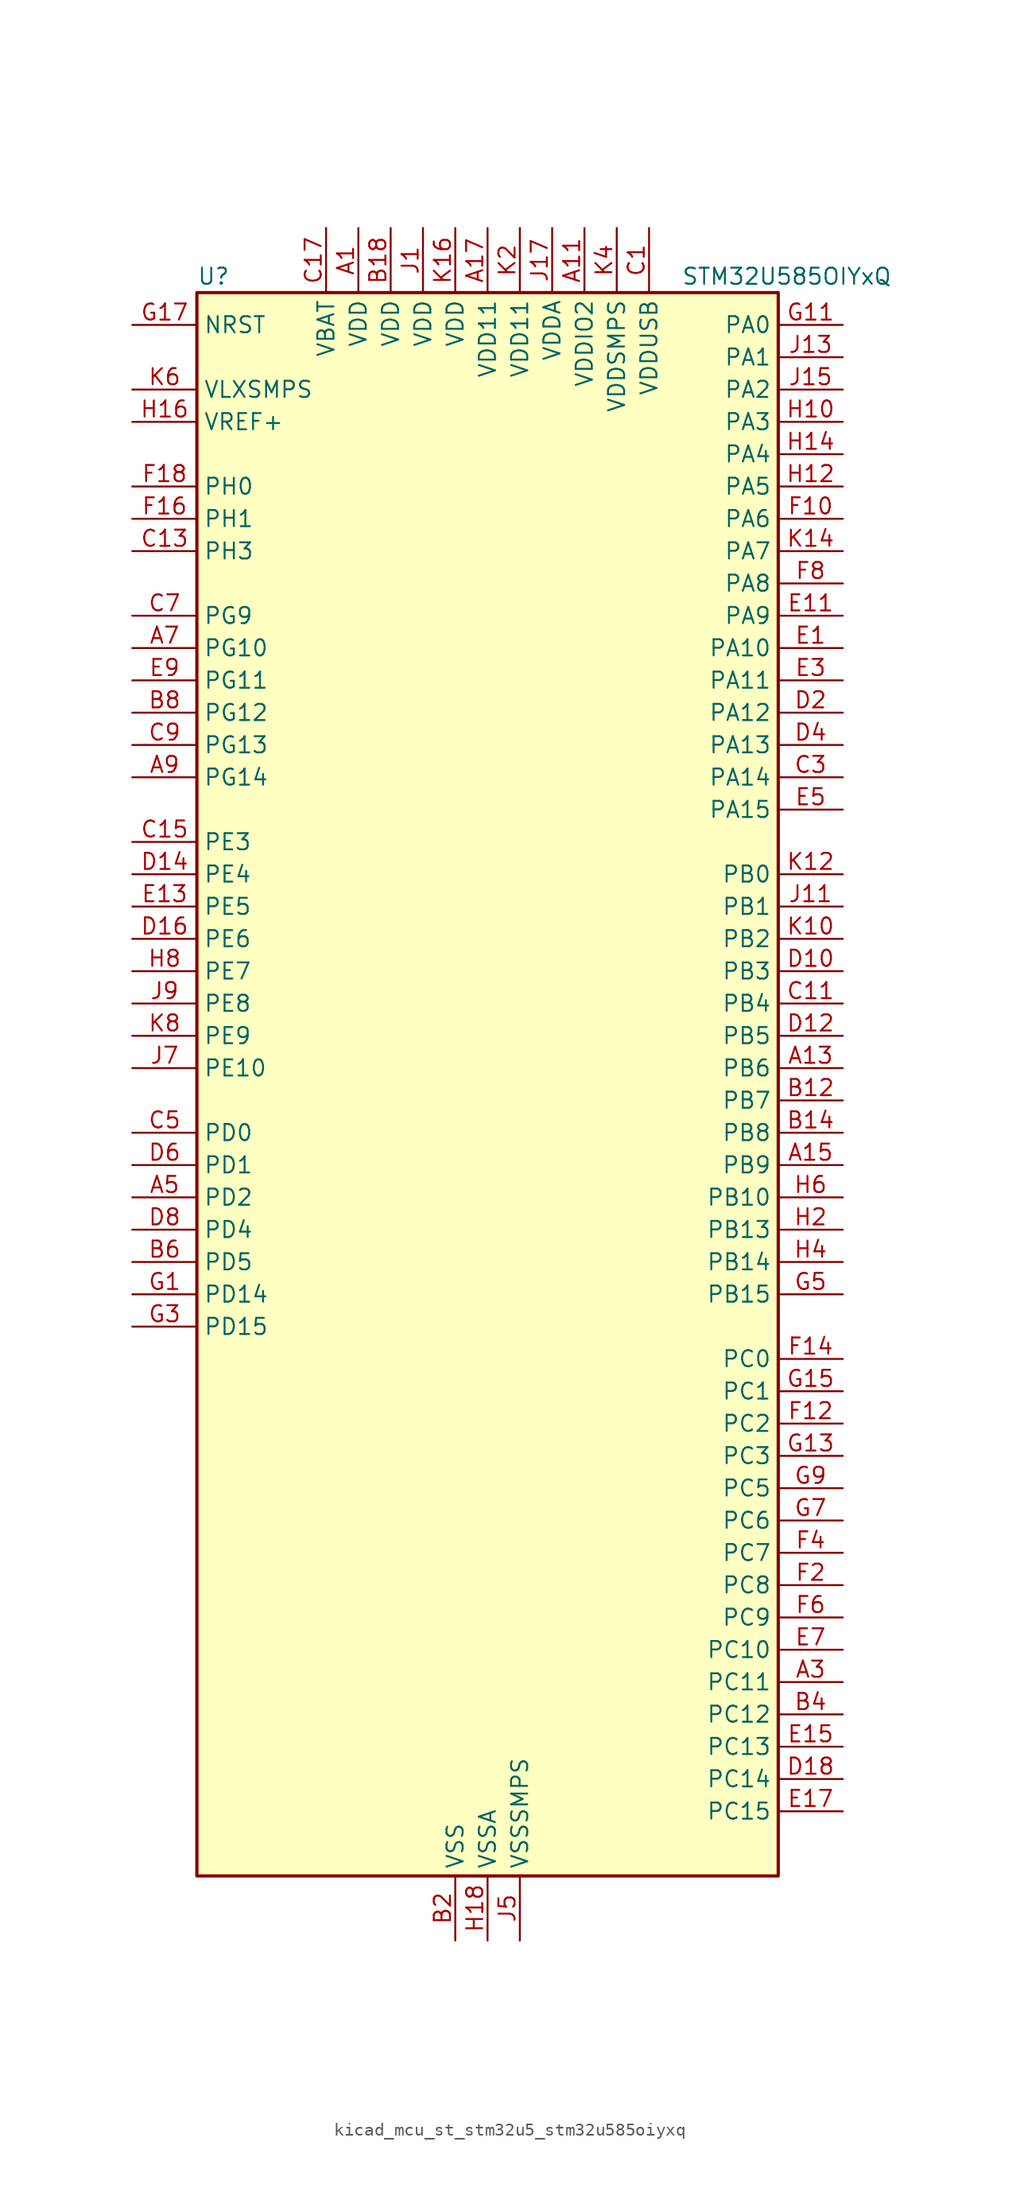
<source format=kicad_sym>
(kicad_symbol_lib
  (version 20220914)
  (generator kicad_symbol_editor)
  (symbol "kicad_mcu_st_stm32u5_stm32u585oiyxq"
    (property "Reference" "U"
      (at -22.86 64.77 0)
      (effects (font (size 1.27 1.27)) (justify left)))
    (property "Value" "STM32U585OIYxQ"
      (at 15.24 64.77 0)
      (effects (font (size 1.27 1.27)) (justify left)))
    (property "ki_locked" ""
      (at 0 0 0)
      (effects (font (size 1.27 1.27))))
    (symbol "kicad_mcu_st_stm32u5_stm32u585oiyxq_0_1"
      (rectangle (start -22.86 -60.96) (end 22.86 63.5) (stroke (width 0.254) (type default)) (fill (type background))))
    (symbol "kicad_mcu_st_stm32u5_stm32u585oiyxq_1_1"
      (pin power_in line (at -10.16 68.58 270) (length 5.08) (name "VDD" (effects (font (size 1.27 1.27)))) (number "A1" (effects (font (size 1.27 1.27)))))
      (pin power_in line (at 7.62 68.58 270) (length 5.08) (name "VDDIO2" (effects (font (size 1.27 1.27)))) (number "A11" (effects (font (size 1.27 1.27)))))
      (pin bidirectional line (at 27.94 2.54 180) (length 5.08) (name "PB6" (effects (font (size 1.27 1.27)))) (number "A13" (effects (font (size 1.27 1.27)))) (alternate "COMP2_INP" bidirectional line) (alternate "DCMI_D5" bidirectional line) (alternate "I2C1_SCL" bidirectional line) (alternate "I2C4_SCL" bidirectional line) (alternate "LPTIM1_ETR" bidirectional line) (alternate "MDF1_SDI5" bidirectional line) (alternate "PSSI_D5" bidirectional line) (alternate "PWR_WKUP3" bidirectional line) (alternate "SAI1_FS_B" bidirectional line) (alternate "TIM16_CH1N" bidirectional line) (alternate "TIM4_CH1" bidirectional line) (alternate "TIM8_BKIN2" bidirectional line) (alternate "TSC_G2_IO3" bidirectional line) (alternate "USART1_TX" bidirectional line))
      (pin bidirectional line (at 27.94 -5.08 180) (length 5.08) (name "PB9" (effects (font (size 1.27 1.27)))) (number "A15" (effects (font (size 1.27 1.27)))) (alternate "DAC1_EXTI9" bidirectional line) (alternate "DCMI_D7" bidirectional line) (alternate "FDCAN1_TX" bidirectional line) (alternate "I2C1_SDA" bidirectional line) (alternate "IR_OUT" bidirectional line) (alternate "PSSI_D7" bidirectional line) (alternate "SAI1_D2" bidirectional line) (alternate "SAI1_FS_A" bidirectional line) (alternate "SDMMC1_CDIR" bidirectional line) (alternate "SDMMC1_D5" bidirectional line) (alternate "SDMMC2_D5" bidirectional line) (alternate "SPI2_NSS" bidirectional line) (alternate "TIM17_CH1" bidirectional line) (alternate "TIM4_CH4" bidirectional line))
      (pin power_in line (at 0 68.58 270) (length 5.08) (name "VDD11" (effects (font (size 1.27 1.27)))) (number "A17" (effects (font (size 1.27 1.27)))))
      (pin bidirectional line (at 27.94 -45.72 180) (length 5.08) (name "PC11" (effects (font (size 1.27 1.27)))) (number "A3" (effects (font (size 1.27 1.27)))) (alternate "ADC1_EXTI11" bidirectional line) (alternate "ADF1_SDI0" bidirectional line) (alternate "DCMI_D2" bidirectional line) (alternate "DCMI_D4" bidirectional line) (alternate "LPTIM3_IN1" bidirectional line) (alternate "OCTOSPIM_P1_NCS" bidirectional line) (alternate "PSSI_D2" bidirectional line) (alternate "PSSI_D4" bidirectional line) (alternate "SDMMC1_D3" bidirectional line) (alternate "SPI3_MISO" bidirectional line) (alternate "TSC_G3_IO3" bidirectional line) (alternate "UART4_RX" bidirectional line) (alternate "UCPD1_FRSTX2" bidirectional line) (alternate "USART3_RX" bidirectional line))
      (pin bidirectional line (at -27.94 -7.62 0) (length 5.08) (name "PD2" (effects (font (size 1.27 1.27)))) (number "A5" (effects (font (size 1.27 1.27)))) (alternate "DCMI_D11" bidirectional line) (alternate "DEBUG_TRACED2" bidirectional line) (alternate "LPTIM4_ETR" bidirectional line) (alternate "PSSI_D11" bidirectional line) (alternate "SDMMC1_CMD" bidirectional line) (alternate "TIM3_ETR" bidirectional line) (alternate "TSC_SYNC" bidirectional line) (alternate "UART5_RX" bidirectional line) (alternate "USART3_DE" bidirectional line) (alternate "USART3_RTS" bidirectional line))
      (pin bidirectional line (at -27.94 35.56 0) (length 5.08) (name "PG10" (effects (font (size 1.27 1.27)))) (number "A7" (effects (font (size 1.27 1.27)))) (alternate "FMC_NE3" bidirectional line) (alternate "LPTIM1_IN1" bidirectional line) (alternate "OCTOSPIM_P2_IO7" bidirectional line) (alternate "SPI3_MISO" bidirectional line) (alternate "TIM15_CH1" bidirectional line) (alternate "USART1_RX" bidirectional line))
      (pin bidirectional line (at -27.94 25.4 0) (length 5.08) (name "PG14" (effects (font (size 1.27 1.27)))) (number "A9" (effects (font (size 1.27 1.27)))) (alternate "FMC_A25" bidirectional line) (alternate "I2C1_SCL" bidirectional line) (alternate "LPTIM1_CH2" bidirectional line))
      (pin passive line (at -2.54 -66.04 90) (length 5.08) hide (name "VSS" (effects (font (size 1.27 1.27)))) (number "B10" (effects (font (size 1.27 1.27)))))
      (pin bidirectional line (at 27.94 0 180) (length 5.08) (name "PB7" (effects (font (size 1.27 1.27)))) (number "B12" (effects (font (size 1.27 1.27)))) (alternate "COMP2_INM" bidirectional line) (alternate "DCMI_VSYNC" bidirectional line) (alternate "FMC_NL" bidirectional line) (alternate "I2C1_SDA" bidirectional line) (alternate "I2C4_SDA" bidirectional line) (alternate "LPTIM1_IN2" bidirectional line) (alternate "MDF1_CKI5" bidirectional line) (alternate "PSSI_RDY" bidirectional line) (alternate "PWR_PVD_IN" bidirectional line) (alternate "PWR_WKUP4" bidirectional line) (alternate "TIM17_CH1N" bidirectional line) (alternate "TIM4_CH2" bidirectional line) (alternate "TIM8_BKIN" bidirectional line) (alternate "TSC_G2_IO4" bidirectional line) (alternate "UART4_CTS" bidirectional line) (alternate "USART1_RX" bidirectional line))
      (pin bidirectional line (at 27.94 -2.54 180) (length 5.08) (name "PB8" (effects (font (size 1.27 1.27)))) (number "B14" (effects (font (size 1.27 1.27)))) (alternate "DCMI_D6" bidirectional line) (alternate "FDCAN1_RX" bidirectional line) (alternate "I2C1_SCL" bidirectional line) (alternate "MDF1_CCK0" bidirectional line) (alternate "PSSI_D6" bidirectional line) (alternate "PWR_WKUP5" bidirectional line) (alternate "SAI1_CK1" bidirectional line) (alternate "SAI1_MCLK_A" bidirectional line) (alternate "SDMMC1_CKIN" bidirectional line) (alternate "SDMMC1_D4" bidirectional line) (alternate "SDMMC2_D4" bidirectional line) (alternate "SPI3_RDY" bidirectional line) (alternate "TIM16_CH1" bidirectional line) (alternate "TIM4_CH3" bidirectional line))
      (pin passive line (at -2.54 -66.04 90) (length 5.08) hide (name "VSS" (effects (font (size 1.27 1.27)))) (number "B16" (effects (font (size 1.27 1.27)))))
      (pin power_in line (at -7.62 68.58 270) (length 5.08) (name "VDD" (effects (font (size 1.27 1.27)))) (number "B18" (effects (font (size 1.27 1.27)))))
      (pin power_in line (at -2.54 -66.04 90) (length 5.08) (name "VSS" (effects (font (size 1.27 1.27)))) (number "B2" (effects (font (size 1.27 1.27)))))
      (pin bidirectional line (at 27.94 -48.26 180) (length 5.08) (name "PC12" (effects (font (size 1.27 1.27)))) (number "B4" (effects (font (size 1.27 1.27)))) (alternate "DCMI_D9" bidirectional line) (alternate "DEBUG_TRACED3" bidirectional line) (alternate "PSSI_D9" bidirectional line) (alternate "SDMMC1_CK" bidirectional line) (alternate "SPI3_MOSI" bidirectional line) (alternate "TSC_G3_IO4" bidirectional line) (alternate "UART5_TX" bidirectional line) (alternate "USART3_CK" bidirectional line))
      (pin bidirectional line (at -27.94 -12.7 0) (length 5.08) (name "PD5" (effects (font (size 1.27 1.27)))) (number "B6" (effects (font (size 1.27 1.27)))) (alternate "FMC_NWE" bidirectional line) (alternate "OCTOSPIM_P1_IO5" bidirectional line) (alternate "SPI2_RDY" bidirectional line) (alternate "USART2_TX" bidirectional line))
      (pin bidirectional line (at -27.94 30.48 0) (length 5.08) (name "PG12" (effects (font (size 1.27 1.27)))) (number "B8" (effects (font (size 1.27 1.27)))) (alternate "FMC_NE4" bidirectional line) (alternate "LPTIM1_ETR" bidirectional line) (alternate "OCTOSPIM_P2_NCS" bidirectional line) (alternate "SPI3_NSS" bidirectional line) (alternate "USART1_DE" bidirectional line) (alternate "USART1_RTS" bidirectional line))
      (pin power_in line (at 12.7 68.58 270) (length 5.08) (name "VDDUSB" (effects (font (size 1.27 1.27)))) (number "C1" (effects (font (size 1.27 1.27)))))
      (pin bidirectional line (at 27.94 7.62 180) (length 5.08) (name "PB4" (effects (font (size 1.27 1.27)))) (number "C11" (effects (font (size 1.27 1.27)))) (alternate "ADF1_SDI0" bidirectional line) (alternate "COMP2_INP" bidirectional line) (alternate "DCMI_D12" bidirectional line) (alternate "DEBUG_JTRST" bidirectional line) (alternate "I2C3_SDA" bidirectional line) (alternate "LPTIM1_CH2" bidirectional line) (alternate "PSSI_D12" bidirectional line) (alternate "SAI1_MCLK_B" bidirectional line) (alternate "SDMMC2_D3" bidirectional line) (alternate "SPI1_MISO" bidirectional line) (alternate "SPI3_MISO" bidirectional line) (alternate "TIM17_BKIN" bidirectional line) (alternate "TIM3_CH1" bidirectional line) (alternate "TSC_G2_IO1" bidirectional line) (alternate "UART5_DE" bidirectional line) (alternate "UART5_RTS" bidirectional line) (alternate "USART1_CTS" bidirectional line))
      (pin bidirectional line (at -27.94 43.18 0) (length 5.08) (name "PH3" (effects (font (size 1.27 1.27)))) (number "C13" (effects (font (size 1.27 1.27)))))
      (pin bidirectional line (at -27.94 20.32 0) (length 5.08) (name "PE3" (effects (font (size 1.27 1.27)))) (number "C15" (effects (font (size 1.27 1.27)))) (alternate "DEBUG_TRACED0" bidirectional line) (alternate "FMC_A19" bidirectional line) (alternate "OCTOSPIM_P1_DQS" bidirectional line) (alternate "SAI1_SD_B" bidirectional line) (alternate "TAMP_IN6" bidirectional line) (alternate "TAMP_OUT3" bidirectional line) (alternate "TIM3_CH1" bidirectional line) (alternate "TSC_G7_IO2" bidirectional line))
      (pin power_in line (at -12.7 68.58 270) (length 5.08) (name "VBAT" (effects (font (size 1.27 1.27)))) (number "C17" (effects (font (size 1.27 1.27)))))
      (pin bidirectional line (at 27.94 25.4 180) (length 5.08) (name "PA14" (effects (font (size 1.27 1.27)))) (number "C3" (effects (font (size 1.27 1.27)))) (alternate "DEBUG_JTCK-SWCLK" bidirectional line) (alternate "I2C1_SMBA" bidirectional line) (alternate "I2C4_SMBA" bidirectional line) (alternate "LPTIM1_CH1" bidirectional line) (alternate "SAI1_FS_B" bidirectional line) (alternate "USB_OTG_FS_SOF" bidirectional line))
      (pin bidirectional line (at -27.94 -2.54 0) (length 5.08) (name "PD0" (effects (font (size 1.27 1.27)))) (number "C5" (effects (font (size 1.27 1.27)))) (alternate "FDCAN1_RX" bidirectional line) (alternate "FMC_D2" bidirectional line) (alternate "FMC_DA2" bidirectional line) (alternate "SPI2_NSS" bidirectional line) (alternate "TIM8_CH4N" bidirectional line))
      (pin bidirectional line (at -27.94 38.1 0) (length 5.08) (name "PG9" (effects (font (size 1.27 1.27)))) (number "C7" (effects (font (size 1.27 1.27)))) (alternate "DAC1_EXTI9" bidirectional line) (alternate "FMC_NCE" bidirectional line) (alternate "FMC_NE2" bidirectional line) (alternate "OCTOSPIM_P2_IO6" bidirectional line) (alternate "SPI3_SCK" bidirectional line) (alternate "TIM15_CH1N" bidirectional line) (alternate "USART1_TX" bidirectional line))
      (pin bidirectional line (at -27.94 27.94 0) (length 5.08) (name "PG13" (effects (font (size 1.27 1.27)))) (number "C9" (effects (font (size 1.27 1.27)))) (alternate "FMC_A24" bidirectional line) (alternate "I2C1_SDA" bidirectional line) (alternate "SPI3_RDY" bidirectional line) (alternate "USART1_CK" bidirectional line))
      (pin bidirectional line (at 27.94 10.16 180) (length 5.08) (name "PB3" (effects (font (size 1.27 1.27)))) (number "D10" (effects (font (size 1.27 1.27)))) (alternate "ADF1_CCK0" bidirectional line) (alternate "COMP2_INM" bidirectional line) (alternate "CRS_SYNC" bidirectional line) (alternate "DEBUG_JTDO-SWO" bidirectional line) (alternate "I2C1_SDA" bidirectional line) (alternate "LPTIM1_CH1" bidirectional line) (alternate "SAI1_SCK_B" bidirectional line) (alternate "SDMMC2_D2" bidirectional line) (alternate "SPI1_SCK" bidirectional line) (alternate "SPI3_SCK" bidirectional line) (alternate "TIM2_CH2" bidirectional line) (alternate "USART1_DE" bidirectional line) (alternate "USART1_RTS" bidirectional line))
      (pin bidirectional line (at 27.94 5.08 180) (length 5.08) (name "PB5" (effects (font (size 1.27 1.27)))) (number "D12" (effects (font (size 1.27 1.27)))) (alternate "COMP2_OUT" bidirectional line) (alternate "DCMI_D10" bidirectional line) (alternate "I2C1_SMBA" bidirectional line) (alternate "LPTIM1_IN1" bidirectional line) (alternate "OCTOSPIM_P1_NCLK" bidirectional line) (alternate "PSSI_D10" bidirectional line) (alternate "PWR_WKUP6" bidirectional line) (alternate "SAI1_SD_B" bidirectional line) (alternate "SPI1_MOSI" bidirectional line) (alternate "SPI3_MOSI" bidirectional line) (alternate "TIM16_BKIN" bidirectional line) (alternate "TIM3_CH2" bidirectional line) (alternate "TSC_G2_IO2" bidirectional line) (alternate "UART5_CTS" bidirectional line) (alternate "UCPD1_DBCC1" bidirectional line) (alternate "USART1_CK" bidirectional line))
      (pin bidirectional line (at -27.94 17.78 0) (length 5.08) (name "PE4" (effects (font (size 1.27 1.27)))) (number "D14" (effects (font (size 1.27 1.27)))) (alternate "DCMI_D4" bidirectional line) (alternate "DEBUG_TRACED1" bidirectional line) (alternate "FMC_A20" bidirectional line) (alternate "MDF1_SDI3" bidirectional line) (alternate "PSSI_D4" bidirectional line) (alternate "PWR_WKUP1" bidirectional line) (alternate "SAI1_D2" bidirectional line) (alternate "SAI1_FS_A" bidirectional line) (alternate "TAMP_IN7" bidirectional line) (alternate "TAMP_OUT8" bidirectional line) (alternate "TIM3_CH2" bidirectional line) (alternate "TSC_G7_IO3" bidirectional line))
      (pin bidirectional line (at -27.94 12.7 0) (length 5.08) (name "PE6" (effects (font (size 1.27 1.27)))) (number "D16" (effects (font (size 1.27 1.27)))) (alternate "DCMI_D7" bidirectional line) (alternate "DEBUG_TRACED3" bidirectional line) (alternate "FMC_A22" bidirectional line) (alternate "PSSI_D7" bidirectional line) (alternate "PWR_WKUP3" bidirectional line) (alternate "SAI1_D1" bidirectional line) (alternate "SAI1_SD_A" bidirectional line) (alternate "TAMP_IN3" bidirectional line) (alternate "TAMP_OUT6" bidirectional line) (alternate "TIM3_CH4" bidirectional line))
      (pin bidirectional line (at 27.94 -53.34 180) (length 5.08) (name "PC14" (effects (font (size 1.27 1.27)))) (number "D18" (effects (font (size 1.27 1.27)))) (alternate "RCC_OSC32_IN" bidirectional line))
      (pin bidirectional line (at 27.94 30.48 180) (length 5.08) (name "PA12" (effects (font (size 1.27 1.27)))) (number "D2" (effects (font (size 1.27 1.27)))) (alternate "FDCAN1_TX" bidirectional line) (alternate "OCTOSPIM_P2_NCS" bidirectional line) (alternate "SPI1_MOSI" bidirectional line) (alternate "TIM1_ETR" bidirectional line) (alternate "USART1_DE" bidirectional line) (alternate "USART1_RTS" bidirectional line) (alternate "USB_OTG_FS_DP" bidirectional line))
      (pin bidirectional line (at 27.94 27.94 180) (length 5.08) (name "PA13" (effects (font (size 1.27 1.27)))) (number "D4" (effects (font (size 1.27 1.27)))) (alternate "DEBUG_JTMS-SWDIO" bidirectional line) (alternate "IR_OUT" bidirectional line) (alternate "SAI1_SD_B" bidirectional line) (alternate "USB_OTG_FS_NOE" bidirectional line))
      (pin bidirectional line (at -27.94 -5.08 0) (length 5.08) (name "PD1" (effects (font (size 1.27 1.27)))) (number "D6" (effects (font (size 1.27 1.27)))) (alternate "FDCAN1_TX" bidirectional line) (alternate "FMC_D3" bidirectional line) (alternate "FMC_DA3" bidirectional line) (alternate "SPI2_SCK" bidirectional line))
      (pin bidirectional line (at -27.94 -10.16 0) (length 5.08) (name "PD4" (effects (font (size 1.27 1.27)))) (number "D8" (effects (font (size 1.27 1.27)))) (alternate "FMC_NOE" bidirectional line) (alternate "MDF1_CKI0" bidirectional line) (alternate "OCTOSPIM_P1_IO4" bidirectional line) (alternate "SPI2_MOSI" bidirectional line) (alternate "USART2_DE" bidirectional line) (alternate "USART2_RTS" bidirectional line))
      (pin bidirectional line (at 27.94 35.56 180) (length 5.08) (name "PA10" (effects (font (size 1.27 1.27)))) (number "E1" (effects (font (size 1.27 1.27)))) (alternate "CRS_SYNC" bidirectional line) (alternate "DCMI_D1" bidirectional line) (alternate "LPTIM2_IN2" bidirectional line) (alternate "PSSI_D1" bidirectional line) (alternate "SAI1_D1" bidirectional line) (alternate "SAI1_SD_A" bidirectional line) (alternate "TIM17_BKIN" bidirectional line) (alternate "TIM1_CH3" bidirectional line) (alternate "USART1_RX" bidirectional line) (alternate "USB_OTG_FS_ID" bidirectional line))
      (pin bidirectional line (at 27.94 38.1 180) (length 5.08) (name "PA9" (effects (font (size 1.27 1.27)))) (number "E11" (effects (font (size 1.27 1.27)))) (alternate "DAC1_EXTI9" bidirectional line) (alternate "DCMI_D0" bidirectional line) (alternate "PSSI_D0" bidirectional line) (alternate "SAI1_FS_A" bidirectional line) (alternate "SPI2_SCK" bidirectional line) (alternate "TIM15_BKIN" bidirectional line) (alternate "TIM1_CH2" bidirectional line) (alternate "USART1_TX" bidirectional line) (alternate "USB_OTG_FS_VBUS" bidirectional line))
      (pin bidirectional line (at -27.94 15.24 0) (length 5.08) (name "PE5" (effects (font (size 1.27 1.27)))) (number "E13" (effects (font (size 1.27 1.27)))) (alternate "DCMI_D6" bidirectional line) (alternate "DEBUG_TRACED2" bidirectional line) (alternate "FMC_A21" bidirectional line) (alternate "MDF1_CKI3" bidirectional line) (alternate "PSSI_D6" bidirectional line) (alternate "PWR_WKUP2" bidirectional line) (alternate "SAI1_CK2" bidirectional line) (alternate "SAI1_SCK_A" bidirectional line) (alternate "TAMP_IN8" bidirectional line) (alternate "TAMP_OUT7" bidirectional line) (alternate "TIM3_CH3" bidirectional line) (alternate "TSC_G7_IO4" bidirectional line))
      (pin bidirectional line (at 27.94 -50.8 180) (length 5.08) (name "PC13" (effects (font (size 1.27 1.27)))) (number "E15" (effects (font (size 1.27 1.27)))) (alternate "PWR_WKUP2" bidirectional line) (alternate "RTC_OUT1" bidirectional line) (alternate "RTC_TS" bidirectional line) (alternate "TAMP_IN1" bidirectional line) (alternate "TAMP_OUT2" bidirectional line))
      (pin bidirectional line (at 27.94 -55.88 180) (length 5.08) (name "PC15" (effects (font (size 1.27 1.27)))) (number "E17" (effects (font (size 1.27 1.27)))) (alternate "ADC1_EXTI15" bidirectional line) (alternate "ADC4_EXTI15" bidirectional line) (alternate "RCC_OSC32_OUT" bidirectional line))
      (pin bidirectional line (at 27.94 33.02 180) (length 5.08) (name "PA11" (effects (font (size 1.27 1.27)))) (number "E3" (effects (font (size 1.27 1.27)))) (alternate "ADC1_EXTI11" bidirectional line) (alternate "FDCAN1_RX" bidirectional line) (alternate "SPI1_MISO" bidirectional line) (alternate "TIM1_BKIN2" bidirectional line) (alternate "TIM1_CH4" bidirectional line) (alternate "USART1_CTS" bidirectional line) (alternate "USB_OTG_FS_DM" bidirectional line))
      (pin bidirectional line (at 27.94 22.86 180) (length 5.08) (name "PA15" (effects (font (size 1.27 1.27)))) (number "E5" (effects (font (size 1.27 1.27)))) (alternate "ADC1_EXTI15" bidirectional line) (alternate "ADC4_EXTI15" bidirectional line) (alternate "DEBUG_JTDI" bidirectional line) (alternate "SPI1_NSS" bidirectional line) (alternate "SPI3_NSS" bidirectional line) (alternate "TIM2_CH1" bidirectional line) (alternate "TIM2_ETR" bidirectional line) (alternate "UART4_DE" bidirectional line) (alternate "UART4_RTS" bidirectional line) (alternate "UCPD1_CC1" bidirectional line) (alternate "USART2_RX" bidirectional line) (alternate "USART3_DE" bidirectional line) (alternate "USART3_RTS" bidirectional line))
      (pin bidirectional line (at 27.94 -43.18 180) (length 5.08) (name "PC10" (effects (font (size 1.27 1.27)))) (number "E7" (effects (font (size 1.27 1.27)))) (alternate "ADF1_CCK1" bidirectional line) (alternate "DCMI_D8" bidirectional line) (alternate "DEBUG_TRACED1" bidirectional line) (alternate "LPTIM3_ETR" bidirectional line) (alternate "PSSI_D8" bidirectional line) (alternate "SDMMC1_D2" bidirectional line) (alternate "SPI3_SCK" bidirectional line) (alternate "TSC_G3_IO2" bidirectional line) (alternate "UART4_TX" bidirectional line) (alternate "USART3_TX" bidirectional line))
      (pin bidirectional line (at -27.94 33.02 0) (length 5.08) (name "PG11" (effects (font (size 1.27 1.27)))) (number "E9" (effects (font (size 1.27 1.27)))) (alternate "ADC1_EXTI11" bidirectional line) (alternate "LPTIM1_IN2" bidirectional line) (alternate "OCTOSPIM_P1_IO5" bidirectional line) (alternate "SPI3_MOSI" bidirectional line) (alternate "TIM15_CH2" bidirectional line) (alternate "USART1_CTS" bidirectional line))
      (pin bidirectional line (at 27.94 45.72 180) (length 5.08) (name "PA6" (effects (font (size 1.27 1.27)))) (number "F10" (effects (font (size 1.27 1.27)))) (alternate "ADC1_IN11" bidirectional line) (alternate "ADC4_IN11" bidirectional line) (alternate "DCMI_PIXCLK" bidirectional line) (alternate "LPUART1_CTS" bidirectional line) (alternate "OCTOSPIM_P1_IO3" bidirectional line) (alternate "OPAMP2_VINP" bidirectional line) (alternate "PSSI_PDCK" bidirectional line) (alternate "PWR_CDSTOP" bidirectional line) (alternate "PWR_WKUP7" bidirectional line) (alternate "SPI1_MISO" bidirectional line) (alternate "TIM16_CH1" bidirectional line) (alternate "TIM1_BKIN" bidirectional line) (alternate "TIM3_CH1" bidirectional line) (alternate "TIM8_BKIN" bidirectional line) (alternate "USART3_CTS" bidirectional line))
      (pin bidirectional line (at 27.94 -25.4 180) (length 5.08) (name "PC2" (effects (font (size 1.27 1.27)))) (number "F12" (effects (font (size 1.27 1.27)))) (alternate "ADC1_IN3" bidirectional line) (alternate "ADC4_IN3" bidirectional line) (alternate "LPTIM1_IN2" bidirectional line) (alternate "MDF1_CCK1" bidirectional line) (alternate "OCTOSPIM_P1_IO5" bidirectional line) (alternate "SPI2_MISO" bidirectional line))
      (pin bidirectional line (at 27.94 -20.32 180) (length 5.08) (name "PC0" (effects (font (size 1.27 1.27)))) (number "F14" (effects (font (size 1.27 1.27)))) (alternate "ADC1_IN1" bidirectional line) (alternate "ADC4_IN1" bidirectional line) (alternate "I2C3_SCL" bidirectional line) (alternate "LPTIM1_IN1" bidirectional line) (alternate "LPTIM2_IN1" bidirectional line) (alternate "LPUART1_RX" bidirectional line) (alternate "MDF1_SDI4" bidirectional line) (alternate "OCTOSPIM_P1_IO7" bidirectional line) (alternate "SDMMC1_D5" bidirectional line) (alternate "SPI2_RDY" bidirectional line))
      (pin bidirectional line (at -27.94 45.72 0) (length 5.08) (name "PH1" (effects (font (size 1.27 1.27)))) (number "F16" (effects (font (size 1.27 1.27)))) (alternate "RCC_OSC_OUT" bidirectional line))
      (pin bidirectional line (at -27.94 48.26 0) (length 5.08) (name "PH0" (effects (font (size 1.27 1.27)))) (number "F18" (effects (font (size 1.27 1.27)))) (alternate "RCC_OSC_IN" bidirectional line))
      (pin bidirectional line (at 27.94 -38.1 180) (length 5.08) (name "PC8" (effects (font (size 1.27 1.27)))) (number "F2" (effects (font (size 1.27 1.27)))) (alternate "DCMI_D2" bidirectional line) (alternate "LPTIM3_CH1" bidirectional line) (alternate "PSSI_D2" bidirectional line) (alternate "PWR_SRDSTOP" bidirectional line) (alternate "SDMMC1_D0" bidirectional line) (alternate "TIM3_CH3" bidirectional line) (alternate "TIM8_CH3" bidirectional line) (alternate "TSC_G4_IO3" bidirectional line))
      (pin bidirectional line (at 27.94 -35.56 180) (length 5.08) (name "PC7" (effects (font (size 1.27 1.27)))) (number "F4" (effects (font (size 1.27 1.27)))) (alternate "DCMI_D1" bidirectional line) (alternate "LPTIM2_CH2" bidirectional line) (alternate "MDF1_SDI3" bidirectional line) (alternate "PSSI_D1" bidirectional line) (alternate "PWR_CDSTOP" bidirectional line) (alternate "SDMMC1_D123DIR" bidirectional line) (alternate "SDMMC1_D7" bidirectional line) (alternate "SDMMC2_D7" bidirectional line) (alternate "TIM3_CH2" bidirectional line) (alternate "TIM8_CH2" bidirectional line) (alternate "TSC_G4_IO2" bidirectional line))
      (pin bidirectional line (at 27.94 -40.64 180) (length 5.08) (name "PC9" (effects (font (size 1.27 1.27)))) (number "F6" (effects (font (size 1.27 1.27)))) (alternate "DAC1_EXTI9" bidirectional line) (alternate "DCMI_D3" bidirectional line) (alternate "DEBUG_TRACED0" bidirectional line) (alternate "LPTIM3_CH2" bidirectional line) (alternate "PSSI_D3" bidirectional line) (alternate "SDMMC1_D1" bidirectional line) (alternate "TIM3_CH4" bidirectional line) (alternate "TIM8_BKIN2" bidirectional line) (alternate "TIM8_CH4" bidirectional line) (alternate "TSC_G4_IO4" bidirectional line) (alternate "USB_OTG_FS_NOE" bidirectional line))
      (pin bidirectional line (at 27.94 40.64 180) (length 5.08) (name "PA8" (effects (font (size 1.27 1.27)))) (number "F8" (effects (font (size 1.27 1.27)))) (alternate "DEBUG_TRACECLK" bidirectional line) (alternate "LPTIM2_CH1" bidirectional line) (alternate "RCC_MCO" bidirectional line) (alternate "SAI1_CK2" bidirectional line) (alternate "SAI1_SCK_A" bidirectional line) (alternate "SPI1_RDY" bidirectional line) (alternate "TIM1_CH1" bidirectional line) (alternate "USART1_CK" bidirectional line) (alternate "USB_OTG_FS_SOF" bidirectional line))
      (pin bidirectional line (at -27.94 -15.24 0) (length 5.08) (name "PD14" (effects (font (size 1.27 1.27)))) (number "G1" (effects (font (size 1.27 1.27)))) (alternate "FMC_D0" bidirectional line) (alternate "FMC_DA0" bidirectional line) (alternate "LPTIM3_CH1" bidirectional line) (alternate "TIM4_CH3" bidirectional line))
      (pin bidirectional line (at 27.94 60.96 180) (length 5.08) (name "PA0" (effects (font (size 1.27 1.27)))) (number "G11" (effects (font (size 1.27 1.27)))) (alternate "ADC1_IN5" bidirectional line) (alternate "AUDIOCLK" bidirectional line) (alternate "OCTOSPIM_P2_NCS" bidirectional line) (alternate "OPAMP1_VINP" bidirectional line) (alternate "PWR_WKUP1" bidirectional line) (alternate "SDMMC2_CMD" bidirectional line) (alternate "SPI3_RDY" bidirectional line) (alternate "TAMP_IN2" bidirectional line) (alternate "TAMP_OUT1" bidirectional line) (alternate "TIM2_CH1" bidirectional line) (alternate "TIM2_ETR" bidirectional line) (alternate "TIM5_CH1" bidirectional line) (alternate "TIM8_ETR" bidirectional line) (alternate "UART4_TX" bidirectional line) (alternate "USART2_CTS" bidirectional line))
      (pin bidirectional line (at 27.94 -27.94 180) (length 5.08) (name "PC3" (effects (font (size 1.27 1.27)))) (number "G13" (effects (font (size 1.27 1.27)))) (alternate "ADC1_IN4" bidirectional line) (alternate "ADC4_IN4" bidirectional line) (alternate "LPTIM1_ETR" bidirectional line) (alternate "LPTIM2_ETR" bidirectional line) (alternate "LPTIM3_CH1" bidirectional line) (alternate "OCTOSPIM_P1_IO6" bidirectional line) (alternate "SAI1_D1" bidirectional line) (alternate "SAI1_SD_A" bidirectional line) (alternate "SPI2_MOSI" bidirectional line))
      (pin bidirectional line (at 27.94 -22.86 180) (length 5.08) (name "PC1" (effects (font (size 1.27 1.27)))) (number "G15" (effects (font (size 1.27 1.27)))) (alternate "ADC1_IN2" bidirectional line) (alternate "ADC4_IN2" bidirectional line) (alternate "DEBUG_TRACED0" bidirectional line) (alternate "I2C3_SDA" bidirectional line) (alternate "LPTIM1_CH1" bidirectional line) (alternate "LPUART1_TX" bidirectional line) (alternate "MDF1_CKI4" bidirectional line) (alternate "OCTOSPIM_P1_IO4" bidirectional line) (alternate "SAI1_SD_A" bidirectional line) (alternate "SDMMC2_CK" bidirectional line) (alternate "SPI2_MOSI" bidirectional line))
      (pin input line (at -27.94 60.96 0) (length 5.08) (name "NRST" (effects (font (size 1.27 1.27)))) (number "G17" (effects (font (size 1.27 1.27)))))
      (pin bidirectional line (at -27.94 -17.78 0) (length 5.08) (name "PD15" (effects (font (size 1.27 1.27)))) (number "G3" (effects (font (size 1.27 1.27)))) (alternate "ADC1_EXTI15" bidirectional line) (alternate "ADC4_EXTI15" bidirectional line) (alternate "FMC_D1" bidirectional line) (alternate "FMC_DA1" bidirectional line) (alternate "LPTIM3_CH2" bidirectional line) (alternate "TIM4_CH4" bidirectional line))
      (pin bidirectional line (at 27.94 -15.24 180) (length 5.08) (name "PB15" (effects (font (size 1.27 1.27)))) (number "G5" (effects (font (size 1.27 1.27)))) (alternate "ADC1_EXTI15" bidirectional line) (alternate "ADC4_EXTI15" bidirectional line) (alternate "FMC_NBL1" bidirectional line) (alternate "LPTIM2_IN2" bidirectional line) (alternate "MDF1_CKI2" bidirectional line) (alternate "PWR_WKUP7" bidirectional line) (alternate "RTC_REFIN" bidirectional line) (alternate "SDMMC2_D1" bidirectional line) (alternate "SPI2_MOSI" bidirectional line) (alternate "TIM15_CH2" bidirectional line) (alternate "TIM1_CH3N" bidirectional line) (alternate "TIM8_CH3N" bidirectional line) (alternate "UCPD1_CC2" bidirectional line))
      (pin bidirectional line (at 27.94 -33.02 180) (length 5.08) (name "PC6" (effects (font (size 1.27 1.27)))) (number "G7" (effects (font (size 1.27 1.27)))) (alternate "DCMI_D0" bidirectional line) (alternate "MDF1_CKI3" bidirectional line) (alternate "PSSI_D0" bidirectional line) (alternate "PWR_CSLEEP" bidirectional line) (alternate "SDMMC1_D0DIR" bidirectional line) (alternate "SDMMC1_D6" bidirectional line) (alternate "SDMMC2_D6" bidirectional line) (alternate "TIM3_CH1" bidirectional line) (alternate "TIM8_CH1" bidirectional line) (alternate "TSC_G4_IO1" bidirectional line))
      (pin bidirectional line (at 27.94 -30.48 180) (length 5.08) (name "PC5" (effects (font (size 1.27 1.27)))) (number "G9" (effects (font (size 1.27 1.27)))) (alternate "ADC1_IN14" bidirectional line) (alternate "ADC4_IN23" bidirectional line) (alternate "COMP1_INP" bidirectional line) (alternate "PSSI_D15" bidirectional line) (alternate "PWR_WKUP5" bidirectional line) (alternate "SAI1_D3" bidirectional line) (alternate "TAMP_IN4" bidirectional line) (alternate "TAMP_OUT5" bidirectional line) (alternate "TIM1_CH4N" bidirectional line) (alternate "USART3_RX" bidirectional line))
      (pin bidirectional line (at 27.94 53.34 180) (length 5.08) (name "PA3" (effects (font (size 1.27 1.27)))) (number "H10" (effects (font (size 1.27 1.27)))) (alternate "ADC1_IN8" bidirectional line) (alternate "LPUART1_RX" bidirectional line) (alternate "OCTOSPIM_P1_CLK" bidirectional line) (alternate "OPAMP1_VOUT" bidirectional line) (alternate "PWR_WKUP5" bidirectional line) (alternate "SAI1_CK1" bidirectional line) (alternate "SAI1_MCLK_A" bidirectional line) (alternate "TIM15_CH2" bidirectional line) (alternate "TIM2_CH4" bidirectional line) (alternate "TIM5_CH4" bidirectional line) (alternate "USART2_RX" bidirectional line))
      (pin bidirectional line (at 27.94 48.26 180) (length 5.08) (name "PA5" (effects (font (size 1.27 1.27)))) (number "H12" (effects (font (size 1.27 1.27)))) (alternate "ADC1_IN10" bidirectional line) (alternate "ADC4_IN10" bidirectional line) (alternate "DAC1_OUT2" bidirectional line) (alternate "LPTIM2_ETR" bidirectional line) (alternate "PSSI_D14" bidirectional line) (alternate "PWR_CSLEEP" bidirectional line) (alternate "PWR_WKUP6" bidirectional line) (alternate "SPI1_SCK" bidirectional line) (alternate "TIM2_CH1" bidirectional line) (alternate "TIM2_ETR" bidirectional line) (alternate "TIM8_CH1N" bidirectional line) (alternate "USART3_RX" bidirectional line))
      (pin bidirectional line (at 27.94 50.8 180) (length 5.08) (name "PA4" (effects (font (size 1.27 1.27)))) (number "H14" (effects (font (size 1.27 1.27)))) (alternate "ADC1_IN9" bidirectional line) (alternate "ADC4_IN9" bidirectional line) (alternate "DAC1_OUT1" bidirectional line) (alternate "DCMI_HSYNC" bidirectional line) (alternate "LPTIM2_CH1" bidirectional line) (alternate "OCTOSPIM_P1_NCS" bidirectional line) (alternate "PSSI_DE" bidirectional line) (alternate "PWR_WKUP2" bidirectional line) (alternate "SAI1_FS_B" bidirectional line) (alternate "SPI1_NSS" bidirectional line) (alternate "SPI3_NSS" bidirectional line) (alternate "USART2_CK" bidirectional line))
      (pin input line (at -27.94 53.34 0) (length 5.08) (name "VREF+" (effects (font (size 1.27 1.27)))) (number "H16" (effects (font (size 1.27 1.27)))) (alternate "VREFBUF_OUT" bidirectional line))
      (pin power_in line (at 0 -66.04 90) (length 5.08) (name "VSSA" (effects (font (size 1.27 1.27)))) (number "H18" (effects (font (size 1.27 1.27)))))
      (pin bidirectional line (at 27.94 -10.16 180) (length 5.08) (name "PB13" (effects (font (size 1.27 1.27)))) (number "H2" (effects (font (size 1.27 1.27)))) (alternate "I2C2_SCL" bidirectional line) (alternate "LPTIM3_IN1" bidirectional line) (alternate "LPUART1_CTS" bidirectional line) (alternate "MDF1_CKI1" bidirectional line) (alternate "SPI2_SCK" bidirectional line) (alternate "TIM15_CH1N" bidirectional line) (alternate "TIM1_CH1N" bidirectional line) (alternate "TSC_G1_IO2" bidirectional line) (alternate "USART3_CTS" bidirectional line))
      (pin bidirectional line (at 27.94 -12.7 180) (length 5.08) (name "PB14" (effects (font (size 1.27 1.27)))) (number "H4" (effects (font (size 1.27 1.27)))) (alternate "I2C2_SDA" bidirectional line) (alternate "LPTIM3_ETR" bidirectional line) (alternate "MDF1_SDI2" bidirectional line) (alternate "SDMMC2_D0" bidirectional line) (alternate "SPI2_MISO" bidirectional line) (alternate "TIM15_CH1" bidirectional line) (alternate "TIM1_CH2N" bidirectional line) (alternate "TIM8_CH2N" bidirectional line) (alternate "TSC_G1_IO3" bidirectional line) (alternate "UCPD1_DBCC2" bidirectional line) (alternate "USART3_DE" bidirectional line) (alternate "USART3_RTS" bidirectional line))
      (pin bidirectional line (at 27.94 -7.62 180) (length 5.08) (name "PB10" (effects (font (size 1.27 1.27)))) (number "H6" (effects (font (size 1.27 1.27)))) (alternate "COMP1_OUT" bidirectional line) (alternate "I2C2_SCL" bidirectional line) (alternate "I2C4_SCL" bidirectional line) (alternate "LPTIM3_CH1" bidirectional line) (alternate "LPUART1_RX" bidirectional line) (alternate "OCTOSPIM_P1_CLK" bidirectional line) (alternate "PWR_WKUP8" bidirectional line) (alternate "SAI1_SCK_A" bidirectional line) (alternate "SPI2_SCK" bidirectional line) (alternate "TIM2_CH3" bidirectional line) (alternate "TSC_SYNC" bidirectional line) (alternate "USART3_TX" bidirectional line))
      (pin bidirectional line (at -27.94 10.16 0) (length 5.08) (name "PE7" (effects (font (size 1.27 1.27)))) (number "H8" (effects (font (size 1.27 1.27)))) (alternate "FMC_D4" bidirectional line) (alternate "FMC_DA4" bidirectional line) (alternate "MDF1_SDI2" bidirectional line) (alternate "PWR_WKUP6" bidirectional line) (alternate "SAI1_SD_B" bidirectional line) (alternate "TIM1_ETR" bidirectional line))
      (pin power_in line (at -5.08 68.58 270) (length 5.08) (name "VDD" (effects (font (size 1.27 1.27)))) (number "J1" (effects (font (size 1.27 1.27)))))
      (pin bidirectional line (at 27.94 15.24 180) (length 5.08) (name "PB1" (effects (font (size 1.27 1.27)))) (number "J11" (effects (font (size 1.27 1.27)))) (alternate "ADC1_IN16" bidirectional line) (alternate "ADC4_IN19" bidirectional line) (alternate "COMP1_INM" bidirectional line) (alternate "LPTIM2_IN1" bidirectional line) (alternate "LPTIM3_CH2" bidirectional line) (alternate "LPUART1_DE" bidirectional line) (alternate "LPUART1_RTS" bidirectional line) (alternate "MDF1_SDI0" bidirectional line) (alternate "OCTOSPIM_P1_IO0" bidirectional line) (alternate "PWR_WKUP4" bidirectional line) (alternate "TIM1_CH3N" bidirectional line) (alternate "TIM3_CH4" bidirectional line) (alternate "TIM8_CH3N" bidirectional line) (alternate "USART3_DE" bidirectional line) (alternate "USART3_RTS" bidirectional line))
      (pin bidirectional line (at 27.94 58.42 180) (length 5.08) (name "PA1" (effects (font (size 1.27 1.27)))) (number "J13" (effects (font (size 1.27 1.27)))) (alternate "ADC1_IN6" bidirectional line) (alternate "I2C1_SMBA" bidirectional line) (alternate "LPTIM1_CH2" bidirectional line) (alternate "OCTOSPIM_P1_DQS" bidirectional line) (alternate "OPAMP1_VINM" bidirectional line) (alternate "PWR_WKUP3" bidirectional line) (alternate "SPI1_SCK" bidirectional line) (alternate "TAMP_IN5" bidirectional line) (alternate "TAMP_OUT4" bidirectional line) (alternate "TIM15_CH1N" bidirectional line) (alternate "TIM2_CH2" bidirectional line) (alternate "TIM5_CH2" bidirectional line) (alternate "UART4_RX" bidirectional line) (alternate "USART2_DE" bidirectional line) (alternate "USART2_RTS" bidirectional line))
      (pin bidirectional line (at 27.94 55.88 180) (length 5.08) (name "PA2" (effects (font (size 1.27 1.27)))) (number "J15" (effects (font (size 1.27 1.27)))) (alternate "ADC1_IN7" bidirectional line) (alternate "COMP1_INP" bidirectional line) (alternate "LPUART1_TX" bidirectional line) (alternate "OCTOSPIM_P1_NCS" bidirectional line) (alternate "PWR_WKUP4" bidirectional line) (alternate "RCC_LSCO" bidirectional line) (alternate "SPI1_RDY" bidirectional line) (alternate "TIM15_CH1" bidirectional line) (alternate "TIM2_CH3" bidirectional line) (alternate "TIM5_CH3" bidirectional line) (alternate "UCPD1_FRSTX1" bidirectional line) (alternate "USART2_TX" bidirectional line))
      (pin power_in line (at 5.08 68.58 270) (length 5.08) (name "VDDA" (effects (font (size 1.27 1.27)))) (number "J17" (effects (font (size 1.27 1.27)))))
      (pin passive line (at -2.54 -66.04 90) (length 5.08) hide (name "VSS" (effects (font (size 1.27 1.27)))) (number "J3" (effects (font (size 1.27 1.27)))))
      (pin power_in line (at 2.54 -66.04 90) (length 5.08) (name "VSSSMPS" (effects (font (size 1.27 1.27)))) (number "J5" (effects (font (size 1.27 1.27)))))
      (pin bidirectional line (at -27.94 2.54 0) (length 5.08) (name "PE10" (effects (font (size 1.27 1.27)))) (number "J7" (effects (font (size 1.27 1.27)))) (alternate "ADF1_SDI0" bidirectional line) (alternate "FMC_D7" bidirectional line) (alternate "FMC_DA7" bidirectional line) (alternate "MDF1_SDI4" bidirectional line) (alternate "OCTOSPIM_P1_CLK" bidirectional line) (alternate "SAI1_MCLK_B" bidirectional line) (alternate "TIM1_CH2N" bidirectional line) (alternate "TSC_G5_IO1" bidirectional line))
      (pin bidirectional line (at -27.94 7.62 0) (length 5.08) (name "PE8" (effects (font (size 1.27 1.27)))) (number "J9" (effects (font (size 1.27 1.27)))) (alternate "FMC_D5" bidirectional line) (alternate "FMC_DA5" bidirectional line) (alternate "MDF1_CKI2" bidirectional line) (alternate "PWR_WKUP7" bidirectional line) (alternate "SAI1_SCK_B" bidirectional line) (alternate "TIM1_CH1N" bidirectional line))
      (pin bidirectional line (at 27.94 12.7 180) (length 5.08) (name "PB2" (effects (font (size 1.27 1.27)))) (number "K10" (effects (font (size 1.27 1.27)))) (alternate "ADC1_IN17" bidirectional line) (alternate "COMP1_INP" bidirectional line) (alternate "I2C3_SMBA" bidirectional line) (alternate "LPTIM1_CH1" bidirectional line) (alternate "MDF1_CKI0" bidirectional line) (alternate "OCTOSPIM_P1_DQS" bidirectional line) (alternate "PWR_WKUP1" bidirectional line) (alternate "RTC_OUT2" bidirectional line) (alternate "SPI1_RDY" bidirectional line) (alternate "TIM8_CH4N" bidirectional line) (alternate "UCPD1_FRSTX1" bidirectional line))
      (pin bidirectional line (at 27.94 17.78 180) (length 5.08) (name "PB0" (effects (font (size 1.27 1.27)))) (number "K12" (effects (font (size 1.27 1.27)))) (alternate "ADC1_IN15" bidirectional line) (alternate "ADC4_IN18" bidirectional line) (alternate "AUDIOCLK" bidirectional line) (alternate "COMP1_OUT" bidirectional line) (alternate "LPTIM3_CH1" bidirectional line) (alternate "OCTOSPIM_P1_IO1" bidirectional line) (alternate "OPAMP2_VOUT" bidirectional line) (alternate "SPI1_NSS" bidirectional line) (alternate "TIM1_CH2N" bidirectional line) (alternate "TIM3_CH3" bidirectional line) (alternate "TIM8_CH2N" bidirectional line) (alternate "USART3_CK" bidirectional line))
      (pin bidirectional line (at 27.94 43.18 180) (length 5.08) (name "PA7" (effects (font (size 1.27 1.27)))) (number "K14" (effects (font (size 1.27 1.27)))) (alternate "ADC1_IN12" bidirectional line) (alternate "ADC4_IN20" bidirectional line) (alternate "I2C3_SCL" bidirectional line) (alternate "LPTIM2_CH2" bidirectional line) (alternate "OCTOSPIM_P1_IO2" bidirectional line) (alternate "OPAMP2_VINM" bidirectional line) (alternate "PWR_SRDSTOP" bidirectional line) (alternate "PWR_WKUP8" bidirectional line) (alternate "SPI1_MOSI" bidirectional line) (alternate "TIM17_CH1" bidirectional line) (alternate "TIM1_CH1N" bidirectional line) (alternate "TIM3_CH2" bidirectional line) (alternate "TIM8_CH1N" bidirectional line) (alternate "USART3_TX" bidirectional line))
      (pin power_in line (at -2.54 68.58 270) (length 5.08) (name "VDD" (effects (font (size 1.27 1.27)))) (number "K16" (effects (font (size 1.27 1.27)))))
      (pin passive line (at -2.54 -66.04 90) (length 5.08) hide (name "VSS" (effects (font (size 1.27 1.27)))) (number "K18" (effects (font (size 1.27 1.27)))))
      (pin power_in line (at 2.54 68.58 270) (length 5.08) (name "VDD11" (effects (font (size 1.27 1.27)))) (number "K2" (effects (font (size 1.27 1.27)))))
      (pin power_in line (at 10.16 68.58 270) (length 5.08) (name "VDDSMPS" (effects (font (size 1.27 1.27)))) (number "K4" (effects (font (size 1.27 1.27)))))
      (pin power_in line (at -27.94 55.88 0) (length 5.08) (name "VLXSMPS" (effects (font (size 1.27 1.27)))) (number "K6" (effects (font (size 1.27 1.27)))))
      (pin bidirectional line (at -27.94 5.08 0) (length 5.08) (name "PE9" (effects (font (size 1.27 1.27)))) (number "K8" (effects (font (size 1.27 1.27)))) (alternate "ADF1_CCK0" bidirectional line) (alternate "DAC1_EXTI9" bidirectional line) (alternate "FMC_D6" bidirectional line) (alternate "FMC_DA6" bidirectional line) (alternate "MDF1_CCK0" bidirectional line) (alternate "OCTOSPIM_P1_NCLK" bidirectional line) (alternate "SAI1_FS_B" bidirectional line) (alternate "TIM1_CH1" bidirectional line)))))
</source>
